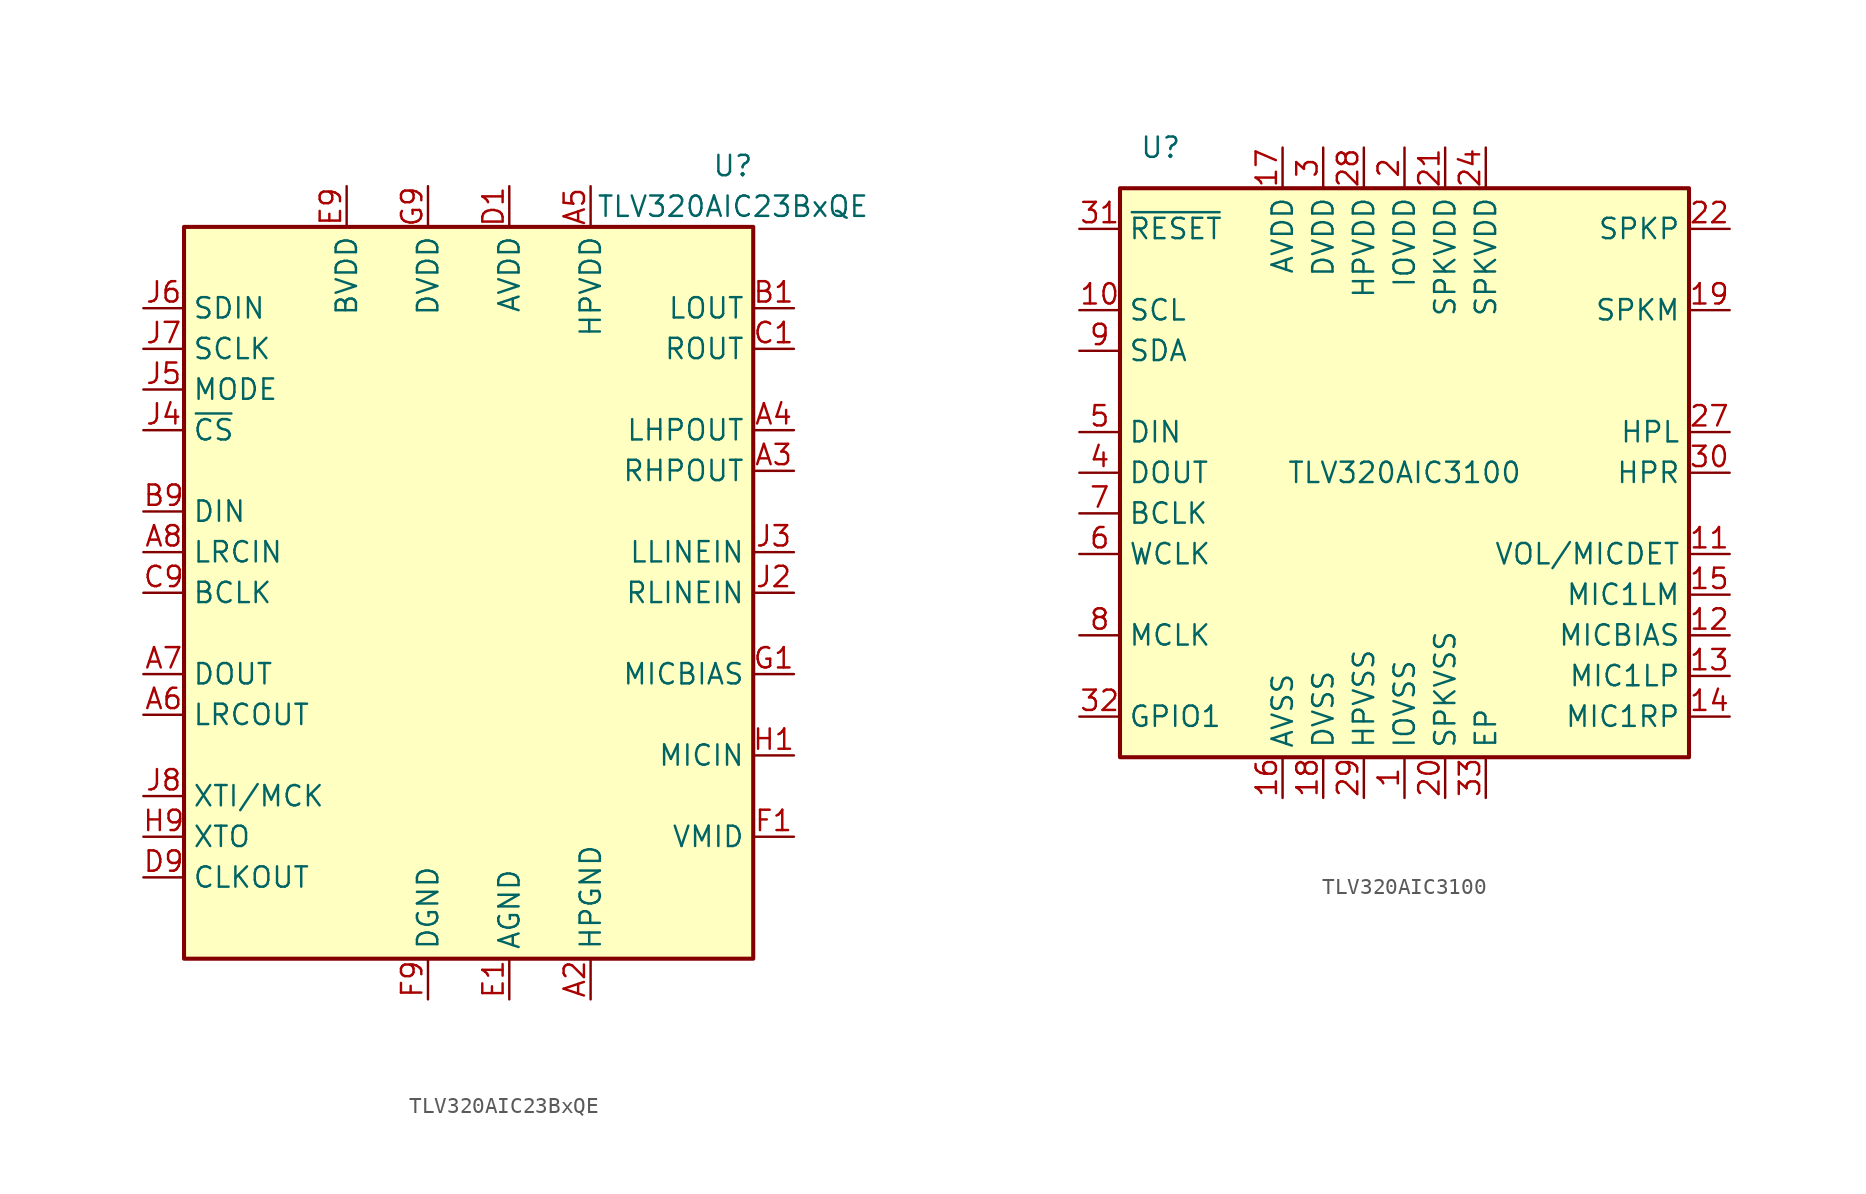
<source format=kicad_sym>
(kicad_symbol_lib
  (version 20231120)
  (generator "kicad_symbol_editor")
  (generator_version "8.0")
  (symbol "TLV320AIC23BxQE"
    (property "Reference" "U"
      (at 16.51 26.67 0)
      (effects (font (size 1.27 1.27))))
    (property "Value" "TLV320AIC23BxQE"
      (at 16.51 24.13 0)
      (effects (font (size 1.27 1.27))))
    (symbol "TLV320AIC23BxQE_0_1"
      (rectangle (start -17.78 22.86) (end 17.78 -22.86) (stroke (width 0.254) (type solid)) (fill (type background))))
    (symbol "TLV320AIC23BxQE_1_1"
      (pin no_connect line (at -12.7 -22.86 90) (length 2.54) hide (name "NC" (effects (font (size 1.27 1.27)))) (number "A1" (effects (font (size 1.27 1.27)))))
      (pin power_in line (at 7.62 -25.4 90) (length 2.54) (name "HPGND" (effects (font (size 1.27 1.27)))) (number "A2" (effects (font (size 1.27 1.27)))))
      (pin passive line (at 20.32 7.62 180) (length 2.54) (name "RHPOUT" (effects (font (size 1.27 1.27)))) (number "A3" (effects (font (size 1.27 1.27)))))
      (pin passive line (at 20.32 10.16 180) (length 2.54) (name "LHPOUT" (effects (font (size 1.27 1.27)))) (number "A4" (effects (font (size 1.27 1.27)))))
      (pin power_in line (at 7.62 25.4 270) (length 2.54) (name "HPVDD" (effects (font (size 1.27 1.27)))) (number "A5" (effects (font (size 1.27 1.27)))))
      (pin output line (at -20.32 -7.62 0) (length 2.54) (name "LRCOUT" (effects (font (size 1.27 1.27)))) (number "A6" (effects (font (size 1.27 1.27)))))
      (pin output line (at -20.32 -5.08 0) (length 2.54) (name "DOUT" (effects (font (size 1.27 1.27)))) (number "A7" (effects (font (size 1.27 1.27)))))
      (pin input line (at -20.32 2.54 0) (length 2.54) (name "LRCIN" (effects (font (size 1.27 1.27)))) (number "A8" (effects (font (size 1.27 1.27)))))
      (pin no_connect line (at -5.08 -22.86 90) (length 2.54) hide (name "NC" (effects (font (size 1.27 1.27)))) (number "A9" (effects (font (size 1.27 1.27)))))
      (pin passive line (at 20.32 17.78 180) (length 2.54) (name "LOUT" (effects (font (size 1.27 1.27)))) (number "B1" (effects (font (size 1.27 1.27)))))
      (pin no_connect line (at -7.62 -17.78 90) (length 2.54) hide (name "NC" (effects (font (size 1.27 1.27)))) (number "B2" (effects (font (size 1.27 1.27)))))
      (pin no_connect line (at -5.08 -17.78 90) (length 2.54) hide (name "NC" (effects (font (size 1.27 1.27)))) (number "B3" (effects (font (size 1.27 1.27)))))
      (pin no_connect line (at -2.54 -17.78 90) (length 2.54) hide (name "NC" (effects (font (size 1.27 1.27)))) (number "B4" (effects (font (size 1.27 1.27)))))
      (pin no_connect line (at 0 -17.78 90) (length 2.54) hide (name "NC" (effects (font (size 1.27 1.27)))) (number "B5" (effects (font (size 1.27 1.27)))))
      (pin no_connect line (at 2.54 -17.78 90) (length 2.54) hide (name "NC" (effects (font (size 1.27 1.27)))) (number "B6" (effects (font (size 1.27 1.27)))))
      (pin no_connect line (at 5.08 -17.78 90) (length 2.54) hide (name "NC" (effects (font (size 1.27 1.27)))) (number "B7" (effects (font (size 1.27 1.27)))))
      (pin no_connect line (at 7.62 -17.78 90) (length 2.54) hide (name "NC" (effects (font (size 1.27 1.27)))) (number "B8" (effects (font (size 1.27 1.27)))))
      (pin input line (at -20.32 5.08 0) (length 2.54) (name "DIN" (effects (font (size 1.27 1.27)))) (number "B9" (effects (font (size 1.27 1.27)))))
      (pin passive line (at 20.32 15.24 180) (length 2.54) (name "ROUT" (effects (font (size 1.27 1.27)))) (number "C1" (effects (font (size 1.27 1.27)))))
      (pin no_connect line (at -7.62 -12.7 90) (length 2.54) hide (name "NC" (effects (font (size 1.27 1.27)))) (number "C2" (effects (font (size 1.27 1.27)))))
      (pin no_connect line (at -2.54 -12.7 90) (length 2.54) hide (name "NC" (effects (font (size 1.27 1.27)))) (number "C4" (effects (font (size 1.27 1.27)))))
      (pin no_connect line (at 0 -12.7 90) (length 2.54) hide (name "NC" (effects (font (size 1.27 1.27)))) (number "C5" (effects (font (size 1.27 1.27)))))
      (pin no_connect line (at 2.54 -12.7 90) (length 2.54) hide (name "NC" (effects (font (size 1.27 1.27)))) (number "C6" (effects (font (size 1.27 1.27)))))
      (pin no_connect line (at 5.08 -12.7 90) (length 2.54) hide (name "NC" (effects (font (size 1.27 1.27)))) (number "C7" (effects (font (size 1.27 1.27)))))
      (pin no_connect line (at 7.62 -12.7 90) (length 2.54) hide (name "NC" (effects (font (size 1.27 1.27)))) (number "C8" (effects (font (size 1.27 1.27)))))
      (pin bidirectional line (at -20.32 0 0) (length 2.54) (name "BCLK" (effects (font (size 1.27 1.27)))) (number "C9" (effects (font (size 1.27 1.27)))))
      (pin power_in line (at 2.54 25.4 270) (length 2.54) (name "AVDD" (effects (font (size 1.27 1.27)))) (number "D1" (effects (font (size 1.27 1.27)))))
      (pin no_connect line (at -7.62 -7.62 90) (length 2.54) hide (name "NC" (effects (font (size 1.27 1.27)))) (number "D2" (effects (font (size 1.27 1.27)))))
      (pin no_connect line (at -5.08 -7.62 90) (length 2.54) hide (name "NC" (effects (font (size 1.27 1.27)))) (number "D3" (effects (font (size 1.27 1.27)))))
      (pin no_connect line (at -2.54 -7.62 90) (length 2.54) hide (name "NC" (effects (font (size 1.27 1.27)))) (number "D4" (effects (font (size 1.27 1.27)))))
      (pin no_connect line (at 0 -7.62 90) (length 2.54) hide (name "NC" (effects (font (size 1.27 1.27)))) (number "D5" (effects (font (size 1.27 1.27)))))
      (pin no_connect line (at 2.54 -7.62 90) (length 2.54) hide (name "NC" (effects (font (size 1.27 1.27)))) (number "D6" (effects (font (size 1.27 1.27)))))
      (pin no_connect line (at 5.08 -7.62 90) (length 2.54) hide (name "NC" (effects (font (size 1.27 1.27)))) (number "D7" (effects (font (size 1.27 1.27)))))
      (pin no_connect line (at 7.62 -7.62 90) (length 2.54) hide (name "NC" (effects (font (size 1.27 1.27)))) (number "D8" (effects (font (size 1.27 1.27)))))
      (pin output line (at -20.32 -17.78 0) (length 2.54) (name "CLKOUT" (effects (font (size 1.27 1.27)))) (number "D9" (effects (font (size 1.27 1.27)))))
      (pin power_in line (at 2.54 -25.4 90) (length 2.54) (name "AGND" (effects (font (size 1.27 1.27)))) (number "E1" (effects (font (size 1.27 1.27)))))
      (pin no_connect line (at -7.62 -2.54 90) (length 2.54) hide (name "NC" (effects (font (size 1.27 1.27)))) (number "E2" (effects (font (size 1.27 1.27)))))
      (pin no_connect line (at -5.08 -2.54 90) (length 2.54) hide (name "NC" (effects (font (size 1.27 1.27)))) (number "E3" (effects (font (size 1.27 1.27)))))
      (pin no_connect line (at -2.54 -2.54 90) (length 2.54) hide (name "NC" (effects (font (size 1.27 1.27)))) (number "E4" (effects (font (size 1.27 1.27)))))
      (pin no_connect line (at 0 -2.54 90) (length 2.54) hide (name "NC" (effects (font (size 1.27 1.27)))) (number "E5" (effects (font (size 1.27 1.27)))))
      (pin no_connect line (at 2.54 -2.54 90) (length 2.54) hide (name "NC" (effects (font (size 1.27 1.27)))) (number "E6" (effects (font (size 1.27 1.27)))))
      (pin no_connect line (at 5.08 -2.54 90) (length 2.54) hide (name "NC" (effects (font (size 1.27 1.27)))) (number "E7" (effects (font (size 1.27 1.27)))))
      (pin no_connect line (at 7.62 -2.54 90) (length 2.54) hide (name "NC" (effects (font (size 1.27 1.27)))) (number "E8" (effects (font (size 1.27 1.27)))))
      (pin power_in line (at -7.62 25.4 270) (length 2.54) (name "BVDD" (effects (font (size 1.27 1.27)))) (number "E9" (effects (font (size 1.27 1.27)))))
      (pin passive line (at 20.32 -15.24 180) (length 2.54) (name "VMID" (effects (font (size 1.27 1.27)))) (number "F1" (effects (font (size 1.27 1.27)))))
      (pin no_connect line (at -7.62 2.54 90) (length 2.54) hide (name "NC" (effects (font (size 1.27 1.27)))) (number "F2" (effects (font (size 1.27 1.27)))))
      (pin no_connect line (at -5.08 2.54 90) (length 2.54) hide (name "NC" (effects (font (size 1.27 1.27)))) (number "F3" (effects (font (size 1.27 1.27)))))
      (pin no_connect line (at -2.54 2.54 90) (length 2.54) hide (name "NC" (effects (font (size 1.27 1.27)))) (number "F4" (effects (font (size 1.27 1.27)))))
      (pin no_connect line (at 0 2.54 90) (length 2.54) hide (name "NC" (effects (font (size 1.27 1.27)))) (number "F5" (effects (font (size 1.27 1.27)))))
      (pin no_connect line (at 2.54 2.54 90) (length 2.54) hide (name "NC" (effects (font (size 1.27 1.27)))) (number "F6" (effects (font (size 1.27 1.27)))))
      (pin no_connect line (at 5.08 2.54 90) (length 2.54) hide (name "NC" (effects (font (size 1.27 1.27)))) (number "F7" (effects (font (size 1.27 1.27)))))
      (pin no_connect line (at 7.62 2.54 90) (length 2.54) hide (name "NC" (effects (font (size 1.27 1.27)))) (number "F8" (effects (font (size 1.27 1.27)))))
      (pin power_in line (at -2.54 -25.4 90) (length 2.54) (name "DGND" (effects (font (size 1.27 1.27)))) (number "F9" (effects (font (size 1.27 1.27)))))
      (pin passive line (at 20.32 -5.08 180) (length 2.54) (name "MICBIAS" (effects (font (size 1.27 1.27)))) (number "G1" (effects (font (size 1.27 1.27)))))
      (pin no_connect line (at -7.62 7.62 90) (length 2.54) hide (name "NC" (effects (font (size 1.27 1.27)))) (number "G2" (effects (font (size 1.27 1.27)))))
      (pin no_connect line (at -5.08 7.62 90) (length 2.54) hide (name "NC" (effects (font (size 1.27 1.27)))) (number "G3" (effects (font (size 1.27 1.27)))))
      (pin no_connect line (at -2.54 7.62 90) (length 2.54) hide (name "NC" (effects (font (size 1.27 1.27)))) (number "G4" (effects (font (size 1.27 1.27)))))
      (pin no_connect line (at 0 7.62 90) (length 2.54) hide (name "NC" (effects (font (size 1.27 1.27)))) (number "G5" (effects (font (size 1.27 1.27)))))
      (pin no_connect line (at 2.54 7.62 90) (length 2.54) hide (name "NC" (effects (font (size 1.27 1.27)))) (number "G6" (effects (font (size 1.27 1.27)))))
      (pin no_connect line (at 5.08 7.62 90) (length 2.54) hide (name "NC" (effects (font (size 1.27 1.27)))) (number "G7" (effects (font (size 1.27 1.27)))))
      (pin no_connect line (at 7.62 7.62 90) (length 2.54) hide (name "NC" (effects (font (size 1.27 1.27)))) (number "G8" (effects (font (size 1.27 1.27)))))
      (pin power_in line (at -2.54 25.4 270) (length 2.54) (name "DVDD" (effects (font (size 1.27 1.27)))) (number "G9" (effects (font (size 1.27 1.27)))))
      (pin passive line (at 20.32 -10.16 180) (length 2.54) (name "MICIN" (effects (font (size 1.27 1.27)))) (number "H1" (effects (font (size 1.27 1.27)))))
      (pin no_connect line (at -7.62 12.7 90) (length 2.54) hide (name "NC" (effects (font (size 1.27 1.27)))) (number "H2" (effects (font (size 1.27 1.27)))))
      (pin no_connect line (at -5.08 12.7 90) (length 2.54) hide (name "NC" (effects (font (size 1.27 1.27)))) (number "H3" (effects (font (size 1.27 1.27)))))
      (pin no_connect line (at -2.54 12.7 90) (length 2.54) hide (name "NC" (effects (font (size 1.27 1.27)))) (number "H4" (effects (font (size 1.27 1.27)))))
      (pin no_connect line (at 0 12.7 90) (length 2.54) hide (name "NC" (effects (font (size 1.27 1.27)))) (number "H5" (effects (font (size 1.27 1.27)))))
      (pin no_connect line (at 2.54 12.7 90) (length 2.54) hide (name "NC" (effects (font (size 1.27 1.27)))) (number "H6" (effects (font (size 1.27 1.27)))))
      (pin no_connect line (at 5.08 12.7 90) (length 2.54) hide (name "NC" (effects (font (size 1.27 1.27)))) (number "H7" (effects (font (size 1.27 1.27)))))
      (pin no_connect line (at 7.62 12.7 90) (length 2.54) hide (name "NC" (effects (font (size 1.27 1.27)))) (number "H8" (effects (font (size 1.27 1.27)))))
      (pin passive line (at -20.32 -15.24 0) (length 2.54) (name "XTO" (effects (font (size 1.27 1.27)))) (number "H9" (effects (font (size 1.27 1.27)))))
      (pin no_connect line (at -10.16 -22.86 90) (length 2.54) hide (name "NC" (effects (font (size 1.27 1.27)))) (number "J1" (effects (font (size 1.27 1.27)))))
      (pin passive line (at 20.32 0 180) (length 2.54) (name "RLINEIN" (effects (font (size 1.27 1.27)))) (number "J2" (effects (font (size 1.27 1.27)))))
      (pin passive line (at 20.32 2.54 180) (length 2.54) (name "LLINEIN" (effects (font (size 1.27 1.27)))) (number "J3" (effects (font (size 1.27 1.27)))))
      (pin input line (at -20.32 10.16 0) (length 2.54) (name "~{CS}" (effects (font (size 1.27 1.27)))) (number "J4" (effects (font (size 1.27 1.27)))))
      (pin input line (at -20.32 12.7 0) (length 2.54) (name "MODE" (effects (font (size 1.27 1.27)))) (number "J5" (effects (font (size 1.27 1.27)))))
      (pin input line (at -20.32 17.78 0) (length 2.54) (name "SDIN" (effects (font (size 1.27 1.27)))) (number "J6" (effects (font (size 1.27 1.27)))))
      (pin input line (at -20.32 15.24 0) (length 2.54) (name "SCLK" (effects (font (size 1.27 1.27)))) (number "J7" (effects (font (size 1.27 1.27)))))
      (pin passive line (at -20.32 -12.7 0) (length 2.54) (name "XTI/MCK" (effects (font (size 1.27 1.27)))) (number "J8" (effects (font (size 1.27 1.27)))))
      (pin no_connect line (at -7.62 -22.86 90) (length 2.54) hide (name "NC" (effects (font (size 1.27 1.27)))) (number "J9" (effects (font (size 1.27 1.27)))))))
  (symbol "TLV320AIC3100"
    (property "Reference" "U"
      (at -15.24 20.32 0)
      (effects (font (size 1.27 1.27))))
    (property "Value" "TLV320AIC3100"
      (at 0 0 0)
      (effects (font (size 1.27 1.27))))
    (symbol "TLV320AIC3100_0_1"
      (rectangle (start -17.78 17.78) (end 17.78 -17.78) (stroke (width 0.254) (type solid)) (fill (type background))))
    (symbol "TLV320AIC3100_1_1"
      (pin power_in line (at 0 -20.32 90) (length 2.54) (name "IOVSS" (effects (font (size 1.27 1.27)))) (number "1" (effects (font (size 1.27 1.27)))))
      (pin input line (at -20.32 10.16 0) (length 2.54) (name "SCL" (effects (font (size 1.27 1.27)))) (number "10" (effects (font (size 1.27 1.27)))))
      (pin input line (at 20.32 -5.08 180) (length 2.54) (name "VOL/MICDET" (effects (font (size 1.27 1.27)))) (number "11" (effects (font (size 1.27 1.27)))))
      (pin power_out line (at 20.32 -10.16 180) (length 2.54) (name "MICBIAS" (effects (font (size 1.27 1.27)))) (number "12" (effects (font (size 1.27 1.27)))))
      (pin input line (at 20.32 -12.7 180) (length 2.54) (name "MIC1LP" (effects (font (size 1.27 1.27)))) (number "13" (effects (font (size 1.27 1.27)))))
      (pin input line (at 20.32 -15.24 180) (length 2.54) (name "MIC1RP" (effects (font (size 1.27 1.27)))) (number "14" (effects (font (size 1.27 1.27)))))
      (pin input line (at 20.32 -7.62 180) (length 2.54) (name "MIC1LM" (effects (font (size 1.27 1.27)))) (number "15" (effects (font (size 1.27 1.27)))))
      (pin power_in line (at -7.62 -20.32 90) (length 2.54) (name "AVSS" (effects (font (size 1.27 1.27)))) (number "16" (effects (font (size 1.27 1.27)))))
      (pin power_in line (at -7.62 20.32 270) (length 2.54) (name "AVDD" (effects (font (size 1.27 1.27)))) (number "17" (effects (font (size 1.27 1.27)))))
      (pin power_in line (at -5.08 -20.32 90) (length 2.54) (name "DVSS" (effects (font (size 1.27 1.27)))) (number "18" (effects (font (size 1.27 1.27)))))
      (pin output line (at 20.32 10.16 180) (length 2.54) (name "SPKM" (effects (font (size 1.27 1.27)))) (number "19" (effects (font (size 1.27 1.27)))))
      (pin power_in line (at 0 20.32 270) (length 2.54) (name "IOVDD" (effects (font (size 1.27 1.27)))) (number "2" (effects (font (size 1.27 1.27)))))
      (pin power_in line (at 2.54 -20.32 90) (length 2.54) (name "SPKVSS" (effects (font (size 1.27 1.27)))) (number "20" (effects (font (size 1.27 1.27)))))
      (pin power_in line (at 2.54 20.32 270) (length 2.54) (name "SPKVDD" (effects (font (size 1.27 1.27)))) (number "21" (effects (font (size 1.27 1.27)))))
      (pin output line (at 20.32 15.24 180) (length 2.54) (name "SPKP" (effects (font (size 1.27 1.27)))) (number "22" (effects (font (size 1.27 1.27)))))
      (pin passive line (at 20.32 10.16 180) (length 2.54) hide (name "SPKM" (effects (font (size 1.27 1.27)))) (number "23" (effects (font (size 1.27 1.27)))))
      (pin power_in line (at 5.08 20.32 270) (length 2.54) (name "SPKVDD" (effects (font (size 1.27 1.27)))) (number "24" (effects (font (size 1.27 1.27)))))
      (pin passive line (at 2.54 -20.32 90) (length 2.54) hide (name "SPKVSS" (effects (font (size 1.27 1.27)))) (number "25" (effects (font (size 1.27 1.27)))))
      (pin passive line (at 20.32 15.24 180) (length 2.54) hide (name "SPKP" (effects (font (size 1.27 1.27)))) (number "26" (effects (font (size 1.27 1.27)))))
      (pin output line (at 20.32 2.54 180) (length 2.54) (name "HPL" (effects (font (size 1.27 1.27)))) (number "27" (effects (font (size 1.27 1.27)))))
      (pin power_in line (at -2.54 20.32 270) (length 2.54) (name "HPVDD" (effects (font (size 1.27 1.27)))) (number "28" (effects (font (size 1.27 1.27)))))
      (pin power_in line (at -2.54 -20.32 90) (length 2.54) (name "HPVSS" (effects (font (size 1.27 1.27)))) (number "29" (effects (font (size 1.27 1.27)))))
      (pin power_in line (at -5.08 20.32 270) (length 2.54) (name "DVDD" (effects (font (size 1.27 1.27)))) (number "3" (effects (font (size 1.27 1.27)))))
      (pin output line (at 20.32 0 180) (length 2.54) (name "HPR" (effects (font (size 1.27 1.27)))) (number "30" (effects (font (size 1.27 1.27)))))
      (pin input line (at -20.32 15.24 0) (length 2.54) (name "~{RESET}" (effects (font (size 1.27 1.27)))) (number "31" (effects (font (size 1.27 1.27)))))
      (pin bidirectional line (at -20.32 -15.24 0) (length 2.54) (name "GPIO1" (effects (font (size 1.27 1.27)))) (number "32" (effects (font (size 1.27 1.27)))))
      (pin power_in line (at 5.08 -20.32 90) (length 2.54) (name "EP" (effects (font (size 1.27 1.27)))) (number "33" (effects (font (size 1.27 1.27)))))
      (pin output line (at -20.32 0 0) (length 2.54) (name "DOUT" (effects (font (size 1.27 1.27)))) (number "4" (effects (font (size 1.27 1.27)))))
      (pin input line (at -20.32 2.54 0) (length 2.54) (name "DIN" (effects (font (size 1.27 1.27)))) (number "5" (effects (font (size 1.27 1.27)))))
      (pin bidirectional line (at -20.32 -5.08 0) (length 2.54) (name "WCLK" (effects (font (size 1.27 1.27)))) (number "6" (effects (font (size 1.27 1.27)))))
      (pin bidirectional line (at -20.32 -2.54 0) (length 2.54) (name "BCLK" (effects (font (size 1.27 1.27)))) (number "7" (effects (font (size 1.27 1.27)))))
      (pin input line (at -20.32 -10.16 0) (length 2.54) (name "MCLK" (effects (font (size 1.27 1.27)))) (number "8" (effects (font (size 1.27 1.27)))))
      (pin bidirectional line (at -20.32 7.62 0) (length 2.54) (name "SDA" (effects (font (size 1.27 1.27)))) (number "9" (effects (font (size 1.27 1.27))))))))
</source>
